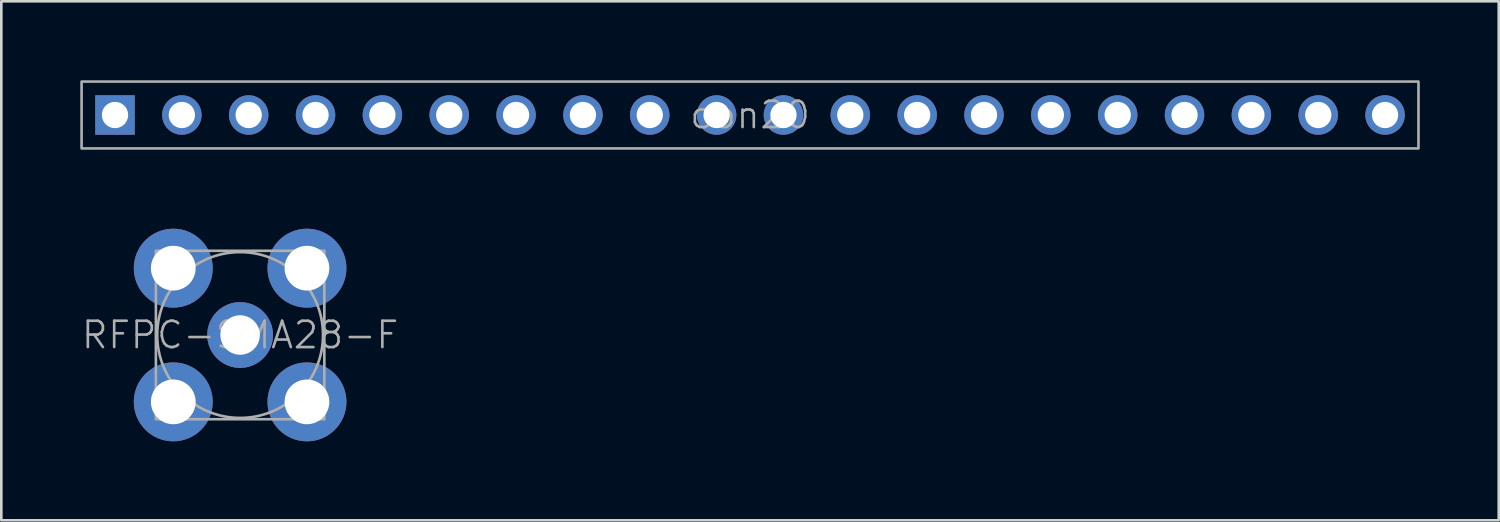
<source format=kicad_pcb>
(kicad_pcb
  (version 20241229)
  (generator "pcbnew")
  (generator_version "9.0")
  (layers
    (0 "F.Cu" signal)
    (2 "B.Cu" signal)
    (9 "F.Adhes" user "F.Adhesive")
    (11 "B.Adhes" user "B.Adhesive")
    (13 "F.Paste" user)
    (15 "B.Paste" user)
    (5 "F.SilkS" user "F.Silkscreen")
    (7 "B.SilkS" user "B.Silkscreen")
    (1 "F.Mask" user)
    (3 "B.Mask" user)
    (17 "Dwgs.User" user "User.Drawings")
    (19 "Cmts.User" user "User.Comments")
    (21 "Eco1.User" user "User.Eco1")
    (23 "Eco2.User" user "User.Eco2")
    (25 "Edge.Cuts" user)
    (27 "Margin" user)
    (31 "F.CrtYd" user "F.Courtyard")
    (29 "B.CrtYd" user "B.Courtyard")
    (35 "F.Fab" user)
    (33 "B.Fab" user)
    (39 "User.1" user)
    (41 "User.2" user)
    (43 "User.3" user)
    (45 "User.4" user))
  (footprint "RFPC-SMA28-F"
    (layer "F.Cu")
    (at 6.074 9.68)
    (property "Reference" "RFPC-SMA28-F" (at 0 0 0) (unlocked yes) (layer "F.Fab") (effects (font (size 1 1) (thickness 0.1))))
    (attr through_hole)
    (fp_rect (start -3.2 3.2) (end 3.2 -3.2) (stroke (width 0.1) (type default)) (fill no) (layer "F.Fab"))
    (fp_circle (center 0 0) (end 3.15 0) (stroke (width 0.1) (type default)) (fill no) (layer "F.Fab"))
    (pad "1" thru_hole circle (at 0 0) (size 2.5 2.5) (drill 1.5) (layers "*.Cu" "*.Mask"))
    (pad "2" thru_hole circle (at -2.54 -2.54) (size 3 3) (drill 1.7) (layers "*.Cu" "*.Mask"))
    (pad "2" thru_hole circle (at -2.54 2.54) (size 3 3) (drill 1.7) (layers "*.Cu" "*.Mask"))
    (pad "2" thru_hole circle (at 2.54 -2.54) (size 3 3) (drill 1.7) (layers "*.Cu" "*.Mask"))
    (pad "2" thru_hole circle (at 2.54 2.54) (size 3 3) (drill 1.7) (layers "*.Cu" "*.Mask")))
  (footprint "con20"
    (layer "F.Cu")
    (at 25.45 1.32)
    (property "Reference" "con20" (at 0 0 0) (unlocked yes) (layer "F.Fab") (effects (font (size 1 1) (thickness 0.1))))
    (attr through_hole)
    (fp_rect (start -25.4 -1.27) (end 25.4 1.27) (stroke (width 0.1) (type default)) (fill no) (layer "F.Fab"))
    (pad "1" thru_hole rect (at -24.13 0) (size 1.5 1.5) (drill 1) (layers "*.Cu" "*.Mask"))
    (pad "2" thru_hole circle (at -21.59 0) (size 1.5 1.5) (drill 1) (layers "*.Cu" "*.Mask"))
    (pad "3" thru_hole circle (at -19.05 0) (size 1.5 1.5) (drill 1) (layers "*.Cu" "*.Mask"))
    (pad "4" thru_hole circle (at -16.51 0) (size 1.5 1.5) (drill 1) (layers "*.Cu" "*.Mask"))
    (pad "5" thru_hole circle (at -13.97 0) (size 1.5 1.5) (drill 1) (layers "*.Cu" "*.Mask"))
    (pad "6" thru_hole circle (at -11.43 0) (size 1.5 1.5) (drill 1) (layers "*.Cu" "*.Mask"))
    (pad "7" thru_hole circle (at -8.89 0) (size 1.5 1.5) (drill 1) (layers "*.Cu" "*.Mask"))
    (pad "8" thru_hole circle (at -6.35 0) (size 1.5 1.5) (drill 1) (layers "*.Cu" "*.Mask"))
    (pad "9" thru_hole circle (at -3.81 0) (size 1.5 1.5) (drill 1) (layers "*.Cu" "*.Mask"))
    (pad "10" thru_hole circle (at -1.27 0) (size 1.5 1.5) (drill 1) (layers "*.Cu" "*.Mask"))
    (pad "11" thru_hole circle (at 1.27 0) (size 1.5 1.5) (drill 1) (layers "*.Cu" "*.Mask"))
    (pad "12" thru_hole circle (at 3.81 0) (size 1.5 1.5) (drill 1) (layers "*.Cu" "*.Mask"))
    (pad "13" thru_hole circle (at 6.35 0) (size 1.5 1.5) (drill 1) (layers "*.Cu" "*.Mask"))
    (pad "14" thru_hole circle (at 8.89 0) (size 1.5 1.5) (drill 1) (layers "*.Cu" "*.Mask"))
    (pad "15" thru_hole circle (at 11.43 0) (size 1.5 1.5) (drill 1) (layers "*.Cu" "*.Mask"))
    (pad "16" thru_hole circle (at 13.97 0) (size 1.5 1.5) (drill 1) (layers "*.Cu" "*.Mask"))
    (pad "17" thru_hole circle (at 16.51 0) (size 1.5 1.5) (drill 1) (layers "*.Cu" "*.Mask"))
    (pad "18" thru_hole circle (at 19.05 0) (size 1.5 1.5) (drill 1) (layers "*.Cu" "*.Mask"))
    (pad "19" thru_hole circle (at 21.59 0) (size 1.5 1.5) (drill 1) (layers "*.Cu" "*.Mask"))
    (pad "20" thru_hole circle (at 24.13 0) (size 1.5 1.5) (drill 1) (layers "*.Cu" "*.Mask")))
  (gr_rect
    (start -3 -3)
    (end 53.9 16.72)
    (stroke (width 0.1) (type default))
    (fill no)
    (layer "Edge.Cuts")))
</source>
